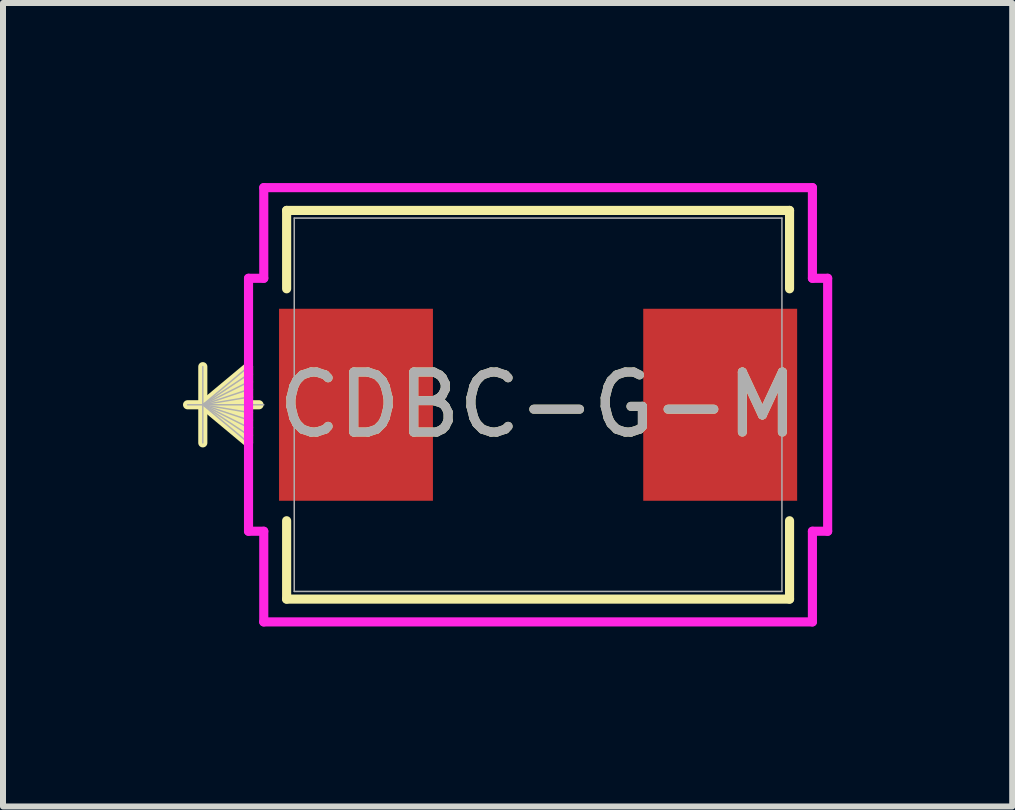
<source format=kicad_pcb>
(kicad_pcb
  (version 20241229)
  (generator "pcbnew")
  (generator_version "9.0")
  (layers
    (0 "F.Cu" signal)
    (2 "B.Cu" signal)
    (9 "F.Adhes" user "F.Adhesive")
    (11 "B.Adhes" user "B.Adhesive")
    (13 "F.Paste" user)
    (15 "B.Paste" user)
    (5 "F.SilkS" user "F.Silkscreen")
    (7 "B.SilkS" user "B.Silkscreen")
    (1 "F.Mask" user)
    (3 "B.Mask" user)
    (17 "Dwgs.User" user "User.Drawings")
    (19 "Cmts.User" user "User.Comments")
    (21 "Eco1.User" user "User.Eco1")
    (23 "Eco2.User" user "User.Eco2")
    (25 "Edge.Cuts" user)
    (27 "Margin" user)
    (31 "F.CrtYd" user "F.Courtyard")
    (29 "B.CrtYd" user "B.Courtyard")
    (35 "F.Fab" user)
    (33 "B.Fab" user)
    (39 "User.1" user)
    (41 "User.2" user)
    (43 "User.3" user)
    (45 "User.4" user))
  (footprint "CDBC-G-M"
    (layer "F.Cu")
    (at 5.918 3.696)
    (property "Reference" "CDBC-G-M" (at 0 0 0) (unlocked yes) (layer "F.SilkS") (effects (font (size 1 1) (thickness 0.15))))
    (attr smd)
    (fp_line (start -5.588 -0.635) (end -5.588 0.635) (stroke (width 0.152) (type solid)) (layer "F.SilkS"))
    (fp_line (start -5.588 0) (end -4.826 -0.635) (stroke (width 0.152) (type solid)) (layer "F.SilkS"))
    (fp_line (start -5.588 0) (end -4.826 -0.508) (stroke (width 0.152) (type solid)) (layer "F.SilkS"))
    (fp_line (start -5.588 0) (end -4.826 -0.381) (stroke (width 0.152) (type solid)) (layer "F.SilkS"))
    (fp_line (start -5.588 0) (end -4.826 -0.254) (stroke (width 0.152) (type solid)) (layer "F.SilkS"))
    (fp_line (start -5.588 0) (end -4.826 -0.127) (stroke (width 0.152) (type solid)) (layer "F.SilkS"))
    (fp_line (start -5.588 0) (end -4.826 0.127) (stroke (width 0.152) (type solid)) (layer "F.SilkS"))
    (fp_line (start -5.588 0) (end -4.826 0.254) (stroke (width 0.152) (type solid)) (layer "F.SilkS"))
    (fp_line (start -5.588 0) (end -4.826 0.381) (stroke (width 0.152) (type solid)) (layer "F.SilkS"))
    (fp_line (start -5.588 0) (end -4.826 0.508) (stroke (width 0.152) (type solid)) (layer "F.SilkS"))
    (fp_line (start -5.588 0) (end -4.826 0.635) (stroke (width 0.152) (type solid)) (layer "F.SilkS"))
    (fp_line (start -4.826 -0.635) (end -4.826 0.635) (stroke (width 0.152) (type solid)) (layer "F.SilkS"))
    (fp_line (start -4.651 0) (end -5.842 0) (stroke (width 0.152) (type solid)) (layer "F.SilkS"))
    (fp_line (start -4.191 -3.239) (end -4.191 -1.933) (stroke (width 0.152) (type solid)) (layer "F.SilkS"))
    (fp_line (start -4.191 1.933) (end -4.191 3.239) (stroke (width 0.152) (type solid)) (layer "F.SilkS"))
    (fp_line (start -4.191 3.239) (end 4.191 3.239) (stroke (width 0.152) (type solid)) (layer "F.SilkS"))
    (fp_line (start 4.191 -3.239) (end -4.191 -3.239) (stroke (width 0.152) (type solid)) (layer "F.SilkS"))
    (fp_line (start 4.191 -1.933) (end 4.191 -3.239) (stroke (width 0.152) (type solid)) (layer "F.SilkS"))
    (fp_line (start 4.191 3.239) (end 4.191 1.933) (stroke (width 0.152) (type solid)) (layer "F.SilkS"))
    (fp_line (start -4.826 -2.108) (end -4.572 -2.108) (stroke (width 0.152) (type solid)) (layer "F.CrtYd"))
    (fp_line (start -4.826 2.108) (end -4.826 -2.108) (stroke (width 0.152) (type solid)) (layer "F.CrtYd"))
    (fp_line (start -4.572 -3.619) (end 4.572 -3.619) (stroke (width 0.152) (type solid)) (layer "F.CrtYd"))
    (fp_line (start -4.572 -2.108) (end -4.572 -3.619) (stroke (width 0.152) (type solid)) (layer "F.CrtYd"))
    (fp_line (start -4.572 2.108) (end -4.826 2.108) (stroke (width 0.152) (type solid)) (layer "F.CrtYd"))
    (fp_line (start -4.572 3.619) (end -4.572 2.108) (stroke (width 0.152) (type solid)) (layer "F.CrtYd"))
    (fp_line (start 4.572 -3.619) (end 4.572 -2.108) (stroke (width 0.152) (type solid)) (layer "F.CrtYd"))
    (fp_line (start 4.572 -2.108) (end 4.826 -2.108) (stroke (width 0.152) (type solid)) (layer "F.CrtYd"))
    (fp_line (start 4.572 2.108) (end 4.572 3.619) (stroke (width 0.152) (type solid)) (layer "F.CrtYd"))
    (fp_line (start 4.572 3.619) (end -4.572 3.619) (stroke (width 0.152) (type solid)) (layer "F.CrtYd"))
    (fp_line (start 4.826 -2.108) (end 4.826 2.108) (stroke (width 0.152) (type solid)) (layer "F.CrtYd"))
    (fp_line (start 4.826 2.108) (end 4.572 2.108) (stroke (width 0.152) (type solid)) (layer "F.CrtYd"))
    (fp_line (start -5.588 -0.635) (end -5.588 0.635) (stroke (width 0.025) (type solid)) (layer "F.Fab"))
    (fp_line (start -5.588 0) (end -4.826 -0.635) (stroke (width 0.025) (type solid)) (layer "F.Fab"))
    (fp_line (start -5.588 0) (end -4.826 -0.508) (stroke (width 0.025) (type solid)) (layer "F.Fab"))
    (fp_line (start -5.588 0) (end -4.826 -0.381) (stroke (width 0.025) (type solid)) (layer "F.Fab"))
    (fp_line (start -5.588 0) (end -4.826 -0.254) (stroke (width 0.025) (type solid)) (layer "F.Fab"))
    (fp_line (start -5.588 0) (end -4.826 -0.127) (stroke (width 0.025) (type solid)) (layer "F.Fab"))
    (fp_line (start -5.588 0) (end -4.826 0.127) (stroke (width 0.025) (type solid)) (layer "F.Fab"))
    (fp_line (start -5.588 0) (end -4.826 0.254) (stroke (width 0.025) (type solid)) (layer "F.Fab"))
    (fp_line (start -5.588 0) (end -4.826 0.381) (stroke (width 0.025) (type solid)) (layer "F.Fab"))
    (fp_line (start -5.588 0) (end -4.826 0.508) (stroke (width 0.025) (type solid)) (layer "F.Fab"))
    (fp_line (start -5.588 0) (end -4.826 0.635) (stroke (width 0.025) (type solid)) (layer "F.Fab"))
    (fp_line (start -4.826 -0.635) (end -4.826 0.635) (stroke (width 0.025) (type solid)) (layer "F.Fab"))
    (fp_line (start -4.572 0) (end -5.842 0) (stroke (width 0.025) (type solid)) (layer "F.Fab"))
    (fp_line (start -4.064 -3.111) (end -4.064 3.111) (stroke (width 0.025) (type solid)) (layer "F.Fab"))
    (fp_line (start -4.064 3.111) (end 4.064 3.111) (stroke (width 0.025) (type solid)) (layer "F.Fab"))
    (fp_line (start 4.064 -3.111) (end -4.064 -3.111) (stroke (width 0.025) (type solid)) (layer "F.Fab"))
    (fp_line (start 4.064 3.111) (end 4.064 -3.111) (stroke (width 0.025) (type solid)) (layer "F.Fab"))
    (fp_text user "${REFERENCE}" (at 0 0 0) (unlocked yes) (layer "F.Fab") (effects (font (size 1 1) (thickness 0.15))))
    (pad "1" smd rect (at -3.035 0 90) (size 3.2 2.565) (layers "F.Cu" "F.Mask" "F.Paste"))
    (pad "2" smd rect (at 3.035 0 90) (size 3.2 2.565) (layers "F.Cu" "F.Mask" "F.Paste"))
    (zone (net_name "") (layer "F.Cu") (hatch full 0.508) (connect_pads) (min_thickness 0.254) (filled_areas_thickness no) (keepout (tracks not_allowed) (vias not_allowed) (pads allowed) (copperpour not_allowed) (footprints allowed)) (placement (enabled no)) (fill) (polygon (pts (xy 1.905 0.635) (xy 9.931 0.635) (xy 9.931 2.045) (xy 1.905 2.045))))
    (zone (net_name "") (layer "F.Cu") (hatch full 0.508) (connect_pads) (min_thickness 0.254) (filled_areas_thickness no) (keepout (tracks not_allowed) (vias not_allowed) (pads allowed) (copperpour not_allowed) (footprints allowed)) (placement (enabled no)) (fill) (polygon (pts (xy 1.905 5.347) (xy 9.931 5.347) (xy 9.931 6.756) (xy 1.905 6.756))))
    (zone (net_name "") (layer "F.Cu") (hatch full 0.508) (connect_pads) (min_thickness 0.254) (filled_areas_thickness no) (keepout (tracks not_allowed) (vias not_allowed) (pads allowed) (copperpour not_allowed) (footprints allowed)) (placement (enabled no)) (fill) (polygon (pts (xy 4.216 2.045) (xy 7.62 2.045) (xy 7.62 5.347) (xy 4.216 5.347)))))
  (gr_rect
    (start -3 -3)
    (end 13.82 10.391)
    (stroke (width 0.1) (type default))
    (fill no)
    (layer "Edge.Cuts")))
</source>
